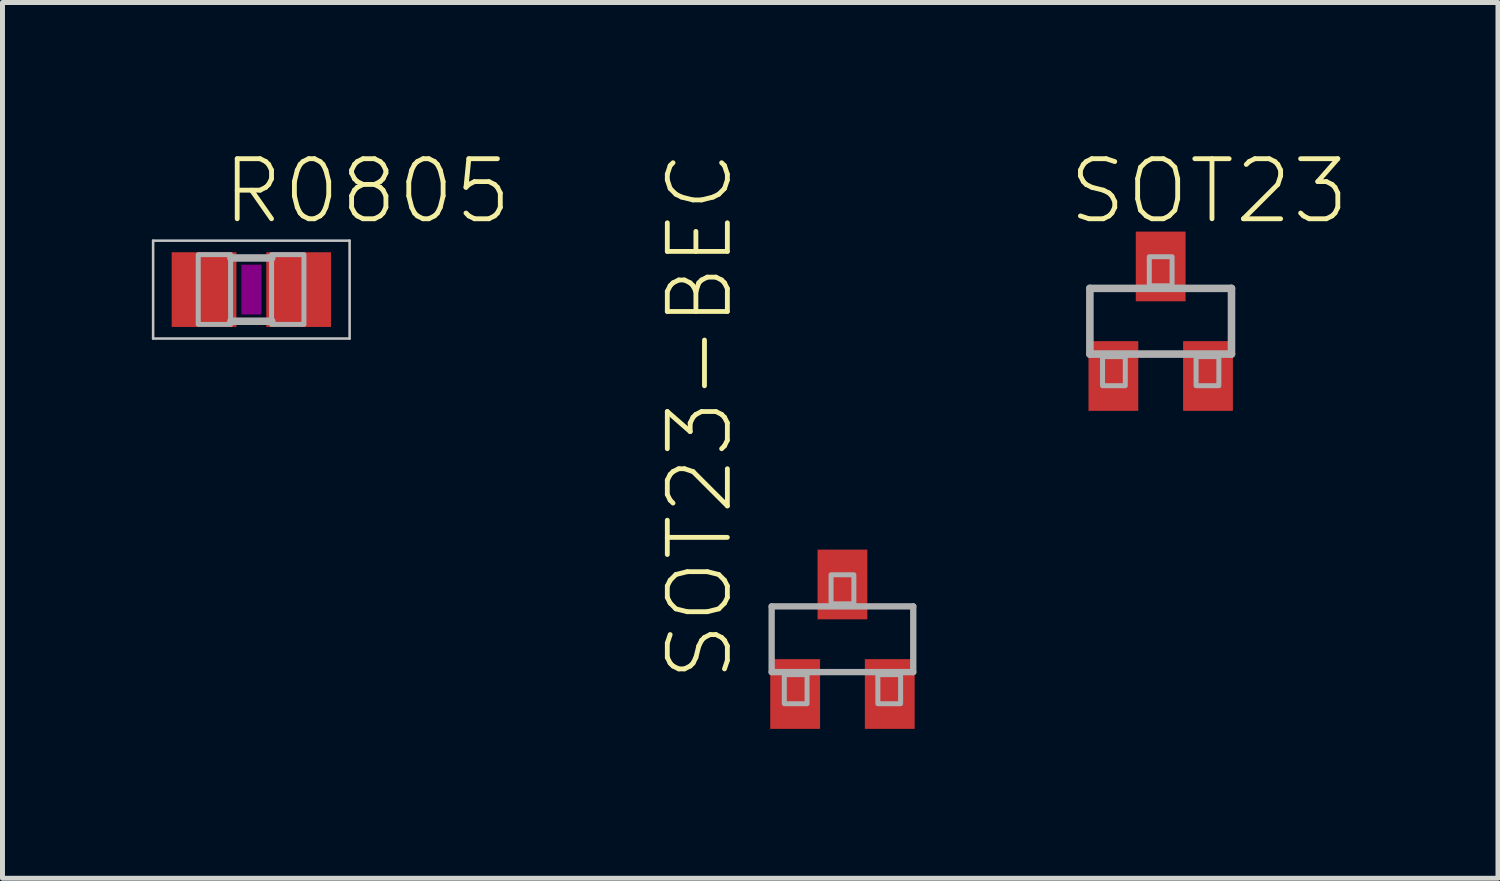
<source format=kicad_pcb>
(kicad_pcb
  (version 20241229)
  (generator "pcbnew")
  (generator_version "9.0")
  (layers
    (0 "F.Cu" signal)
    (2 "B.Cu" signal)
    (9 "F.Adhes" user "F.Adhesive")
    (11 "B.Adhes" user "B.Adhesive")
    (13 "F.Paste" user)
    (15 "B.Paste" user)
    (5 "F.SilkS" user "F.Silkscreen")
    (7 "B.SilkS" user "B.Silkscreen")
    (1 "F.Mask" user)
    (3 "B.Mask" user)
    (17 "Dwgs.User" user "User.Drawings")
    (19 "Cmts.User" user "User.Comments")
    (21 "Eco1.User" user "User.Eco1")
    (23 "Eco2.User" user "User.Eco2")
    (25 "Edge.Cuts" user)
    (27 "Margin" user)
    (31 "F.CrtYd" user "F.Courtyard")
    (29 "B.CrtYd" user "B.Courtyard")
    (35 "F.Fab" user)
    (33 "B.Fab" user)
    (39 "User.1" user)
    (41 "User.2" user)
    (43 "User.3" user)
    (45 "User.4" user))
  (footprint "R0805"
    (layer "F.Cu")
    (at 1.998 2.766)
    (property "Reference" "R0805" (at -0.635 -1.27 0) (layer "F.SilkS") (effects (font (size 1.206 1.206) (thickness 0.097)) (justify left bottom)))
    (attr through_hole)
    (fp_poly (pts (xy -0.2 0.5) (xy 0.2 0.5) (xy 0.2 -0.5) (xy -0.2 -0.5)) (stroke (width 0) (type solid)) (fill yes) (layer "F.Adhes"))
    (fp_line (start -1.973 -0.983) (end 1.973 -0.983) (stroke (width 0.051) (type solid)) (layer "Dwgs.User"))
    (fp_line (start -1.973 0.983) (end -1.973 -0.983) (stroke (width 0.051) (type solid)) (layer "Dwgs.User"))
    (fp_line (start 1.973 -0.983) (end 1.973 0.983) (stroke (width 0.051) (type solid)) (layer "Dwgs.User"))
    (fp_line (start 1.973 0.983) (end -1.973 0.983) (stroke (width 0.051) (type solid)) (layer "Dwgs.User"))
    (fp_line (start -0.41 -0.635) (end 0.41 -0.635) (stroke (width 0.152) (type solid)) (layer "F.Fab"))
    (fp_line (start -0.41 0.635) (end 0.41 0.635) (stroke (width 0.152) (type solid)) (layer "F.Fab"))
    (fp_poly (pts (xy -1.067 0.699) (xy -0.417 0.699) (xy -0.417 -0.702) (xy -1.067 -0.702)) (stroke (width 0.1) (type solid)) (fill no) (layer "F.Fab"))
    (fp_poly (pts (xy 0.406 0.699) (xy 1.056 0.699) (xy 1.056 -0.702) (xy 0.406 -0.702)) (stroke (width 0.1) (type solid)) (fill no) (layer "F.Fab"))
    (pad "1" smd rect (at -0.95 0) (size 1.3 1.5) (layers "F.Cu" "F.Mask" "F.Paste"))
    (pad "2" smd rect (at 0.95 0) (size 1.3 1.5) (layers "F.Cu" "F.Mask" "F.Paste")))
  (footprint "SOT23"
    (layer "F.Cu")
    (at 20.26 3.401)
    (property "Reference" "SOT23" (at -1.905 -1.905 0) (layer "F.SilkS") (effects (font (size 1.206 1.206) (thickness 0.097)) (justify left bottom)))
    (attr through_hole)
    (fp_line (start -1.422 -0.66) (end 1.422 -0.66) (stroke (width 0.152) (type solid)) (layer "F.Fab"))
    (fp_line (start -1.422 0.66) (end -1.422 -0.66) (stroke (width 0.152) (type solid)) (layer "F.Fab"))
    (fp_line (start 1.422 -0.66) (end 1.422 0.66) (stroke (width 0.152) (type solid)) (layer "F.Fab"))
    (fp_line (start 1.422 0.66) (end -1.422 0.66) (stroke (width 0.152) (type solid)) (layer "F.Fab"))
    (fp_poly (pts (xy -1.168 1.295) (xy -0.711 1.295) (xy -0.711 0.711) (xy -1.168 0.711)) (stroke (width 0.1) (type solid)) (fill no) (layer "F.Fab"))
    (fp_poly (pts (xy -0.229 -0.711) (xy 0.229 -0.711) (xy 0.229 -1.295) (xy -0.229 -1.295)) (stroke (width 0.1) (type solid)) (fill no) (layer "F.Fab"))
    (fp_poly (pts (xy 0.711 1.295) (xy 1.168 1.295) (xy 1.168 0.711) (xy 0.711 0.711)) (stroke (width 0.1) (type solid)) (fill no) (layer "F.Fab"))
    (pad "1" smd rect (at -0.95 1.1) (size 1 1.4) (layers "F.Cu" "F.Mask" "F.Paste"))
    (pad "2" smd rect (at 0.95 1.1) (size 1 1.4) (layers "F.Cu" "F.Mask" "F.Paste"))
    (pad "3" smd rect (at 0 -1.1) (size 1 1.4) (layers "F.Cu" "F.Mask" "F.Paste")))
  (footprint "SOT23-BEC"
    (layer "F.Cu")
    (at 13.869 9.788)
    (property "Reference" "SOT23-BEC" (at -2.159 0.889 270) (layer "F.SilkS") (effects (font (size 1.206 1.206) (thickness 0.097)) (justify left bottom)))
    (attr through_hole)
    (fp_line (start -1.422 -0.66) (end 1.422 -0.66) (stroke (width 0.127) (type solid)) (layer "F.Fab"))
    (fp_line (start -1.422 0.66) (end -1.422 -0.66) (stroke (width 0.127) (type solid)) (layer "F.Fab"))
    (fp_line (start 1.422 -0.66) (end 1.422 0.66) (stroke (width 0.127) (type solid)) (layer "F.Fab"))
    (fp_line (start 1.422 0.66) (end -1.422 0.66) (stroke (width 0.127) (type solid)) (layer "F.Fab"))
    (fp_poly (pts (xy -1.168 1.295) (xy -0.711 1.295) (xy -0.711 0.711) (xy -1.168 0.711)) (stroke (width 0.1) (type solid)) (fill no) (layer "F.Fab"))
    (fp_poly (pts (xy -0.229 -0.711) (xy 0.229 -0.711) (xy 0.229 -1.295) (xy -0.229 -1.295)) (stroke (width 0.1) (type solid)) (fill no) (layer "F.Fab"))
    (fp_poly (pts (xy 0.711 1.295) (xy 1.168 1.295) (xy 1.168 0.711) (xy 0.711 0.711)) (stroke (width 0.1) (type solid)) (fill no) (layer "F.Fab"))
    (pad "B" smd rect (at -0.95 1.1) (size 1 1.4) (layers "F.Cu" "F.Mask" "F.Paste"))
    (pad "C" smd rect (at 0 -1.1) (size 1 1.4) (layers "F.Cu" "F.Mask" "F.Paste"))
    (pad "E" smd rect (at 0.95 1.1) (size 1 1.4) (layers "F.Cu" "F.Mask" "F.Paste")))
  (gr_rect
    (start -3 -3)
    (end 27.034 14.588)
    (stroke (width 0.1) (type default))
    (fill no)
    (layer "Edge.Cuts")))
</source>
